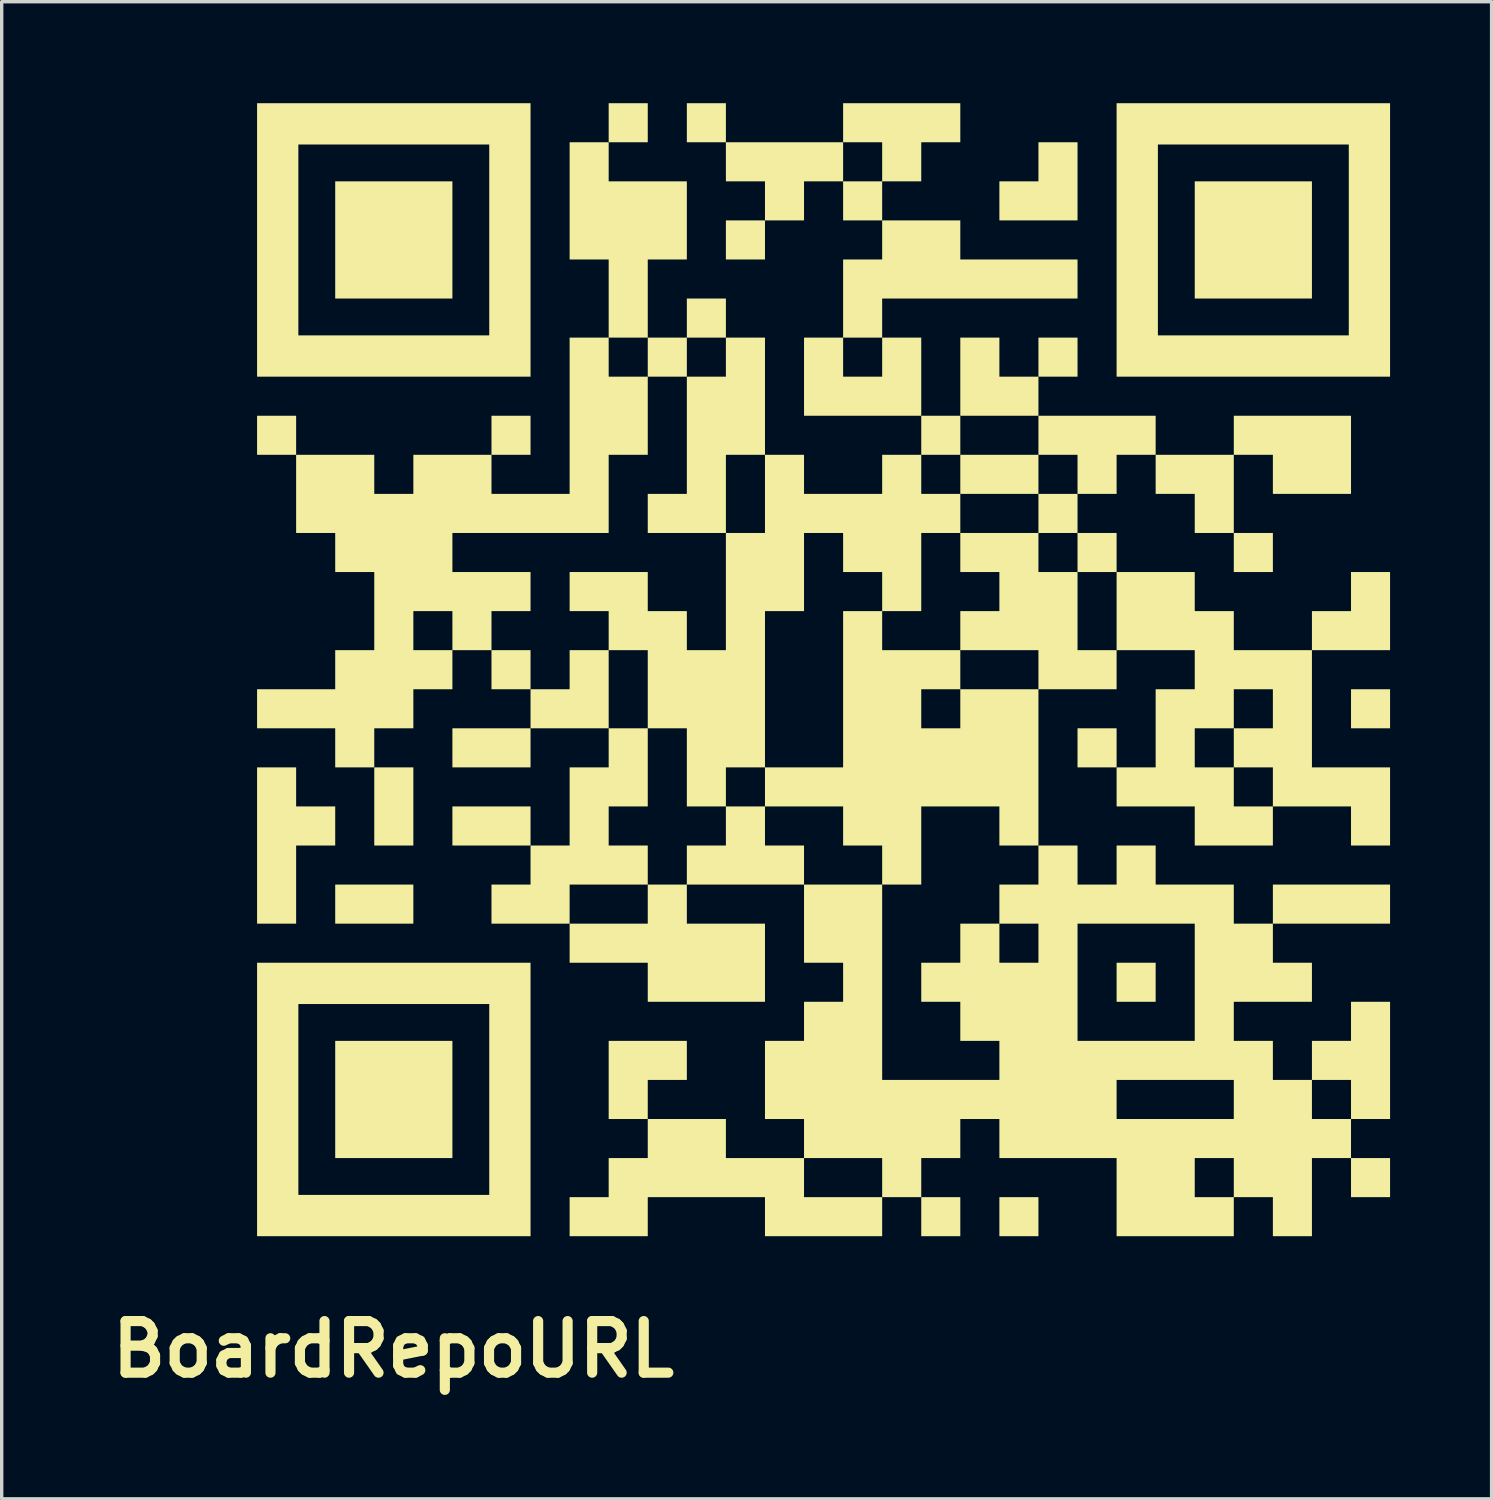
<source format=kicad_pcb>
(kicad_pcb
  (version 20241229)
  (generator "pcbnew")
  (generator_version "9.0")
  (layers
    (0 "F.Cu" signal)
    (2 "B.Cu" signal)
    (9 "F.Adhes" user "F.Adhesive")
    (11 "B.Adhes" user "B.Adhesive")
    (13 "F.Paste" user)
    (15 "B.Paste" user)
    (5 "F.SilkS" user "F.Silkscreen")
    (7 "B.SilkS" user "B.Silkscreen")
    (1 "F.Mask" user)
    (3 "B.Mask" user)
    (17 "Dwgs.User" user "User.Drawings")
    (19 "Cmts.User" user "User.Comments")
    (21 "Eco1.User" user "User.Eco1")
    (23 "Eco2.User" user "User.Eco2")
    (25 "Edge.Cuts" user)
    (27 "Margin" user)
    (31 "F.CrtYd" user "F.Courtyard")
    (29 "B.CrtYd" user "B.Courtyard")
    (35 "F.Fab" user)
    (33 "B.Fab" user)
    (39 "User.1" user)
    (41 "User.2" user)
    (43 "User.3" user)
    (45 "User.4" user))
  (footprint "BoardRepoURL"
    (layer "F.Cu")
    (at 21.271 16.724)
    (property "Reference" "BoardRepoURL" (at -12.7 20.1 0) (layer "F.SilkS") (effects (font (size 1.524 1.524) (thickness 0.3))))
    (attr through_hole)
    (fp_poly (pts (xy -15.57 -6.334) (xy -16.724 -6.334) (xy -16.724 -7.488) (xy -15.57 -7.488)) (stroke (width 0) (type solid)) (fill yes) (layer "F.SilkS"))
    (fp_poly (pts (xy -12.106 5.212) (xy -13.261 5.212) (xy -13.261 2.903) (xy -12.106 2.903)) (stroke (width 0) (type solid)) (fill yes) (layer "F.SilkS"))
    (fp_poly (pts (xy -12.106 7.521) (xy -14.415 7.521) (xy -14.415 6.366) (xy -12.106 6.366)) (stroke (width 0) (type solid)) (fill yes) (layer "F.SilkS"))
    (fp_poly (pts (xy -10.952 -10.952) (xy -14.415 -10.952) (xy -14.415 -14.415) (xy -10.952 -14.415)) (stroke (width 0) (type solid)) (fill yes) (layer "F.SilkS"))
    (fp_poly (pts (xy -10.952 14.448) (xy -14.415 14.448) (xy -14.415 10.985) (xy -10.952 10.985)) (stroke (width 0) (type solid)) (fill yes) (layer "F.SilkS"))
    (fp_poly (pts (xy -8.643 -6.334) (xy -9.797 -6.334) (xy -9.797 -7.488) (xy -8.643 -7.488)) (stroke (width 0) (type solid)) (fill yes) (layer "F.SilkS"))
    (fp_poly (pts (xy -8.643 2.903) (xy -10.952 2.903) (xy -10.952 1.748) (xy -8.643 1.748)) (stroke (width 0) (type solid)) (fill yes) (layer "F.SilkS"))
    (fp_poly (pts (xy -8.643 5.212) (xy -10.952 5.212) (xy -10.952 4.057) (xy -8.643 4.057)) (stroke (width 0) (type solid)) (fill yes) (layer "F.SilkS"))
    (fp_poly (pts (xy -5.179 -15.57) (xy -6.334 -15.57) (xy -6.334 -16.724) (xy -5.179 -16.724)) (stroke (width 0) (type solid)) (fill yes) (layer "F.SilkS"))
    (fp_poly (pts (xy -2.87 -15.57) (xy -4.024 -15.57) (xy -4.024 -16.724) (xy -2.87 -16.724)) (stroke (width 0) (type solid)) (fill yes) (layer "F.SilkS"))
    (fp_poly (pts (xy -1.715 -12.106) (xy -2.87 -12.106) (xy -2.87 -13.261) (xy -1.715 -13.261)) (stroke (width 0) (type solid)) (fill yes) (layer "F.SilkS"))
    (fp_poly (pts (xy 4.057 -6.334) (xy 2.903 -6.334) (xy 2.903 -7.488) (xy 4.057 -7.488)) (stroke (width 0) (type solid)) (fill yes) (layer "F.SilkS"))
    (fp_poly (pts (xy 4.057 16.757) (xy 2.903 16.757) (xy 2.903 15.603) (xy 4.057 15.603)) (stroke (width 0) (type solid)) (fill yes) (layer "F.SilkS"))
    (fp_poly (pts (xy 6.366 -5.179) (xy 4.057 -5.179) (xy 4.057 -6.334) (xy 6.366 -6.334)) (stroke (width 0) (type solid)) (fill yes) (layer "F.SilkS"))
    (fp_poly (pts (xy 6.366 16.757) (xy 5.212 16.757) (xy 5.212 15.603) (xy 6.366 15.603)) (stroke (width 0) (type solid)) (fill yes) (layer "F.SilkS"))
    (fp_poly (pts (xy 7.521 -8.643) (xy 6.366 -8.643) (xy 6.366 -9.797) (xy 7.521 -9.797)) (stroke (width 0) (type solid)) (fill yes) (layer "F.SilkS"))
    (fp_poly (pts (xy 7.521 -4.024) (xy 6.366 -4.024) (xy 6.366 -5.179) (xy 7.521 -5.179)) (stroke (width 0) (type solid)) (fill yes) (layer "F.SilkS"))
    (fp_poly (pts (xy 8.676 -2.87) (xy 7.521 -2.87) (xy 7.521 -4.024) (xy 8.676 -4.024)) (stroke (width 0) (type solid)) (fill yes) (layer "F.SilkS"))
    (fp_poly (pts (xy 8.676 2.903) (xy 7.521 2.903) (xy 7.521 1.748) (xy 8.676 1.748)) (stroke (width 0) (type solid)) (fill yes) (layer "F.SilkS"))
    (fp_poly (pts (xy 9.83 9.83) (xy 8.676 9.83) (xy 8.676 8.676) (xy 9.83 8.676)) (stroke (width 0) (type solid)) (fill yes) (layer "F.SilkS"))
    (fp_poly (pts (xy 13.294 -2.87) (xy 12.139 -2.87) (xy 12.139 -4.024) (xy 13.294 -4.024)) (stroke (width 0) (type solid)) (fill yes) (layer "F.SilkS"))
    (fp_poly (pts (xy 14.448 -10.952) (xy 10.985 -10.952) (xy 10.985 -14.415) (xy 14.448 -14.415)) (stroke (width 0) (type solid)) (fill yes) (layer "F.SilkS"))
    (fp_poly (pts (xy 16.757 1.748) (xy 15.603 1.748) (xy 15.603 0.594) (xy 16.757 0.594)) (stroke (width 0) (type solid)) (fill yes) (layer "F.SilkS"))
    (fp_poly (pts (xy 16.757 7.521) (xy 13.294 7.521) (xy 13.294 6.366) (xy 16.757 6.366)) (stroke (width 0) (type solid)) (fill yes) (layer "F.SilkS"))
    (fp_poly (pts (xy 16.757 15.603) (xy 15.603 15.603) (xy 15.603 14.448) (xy 16.757 14.448)) (stroke (width 0) (type solid)) (fill yes) (layer "F.SilkS"))
    (fp_poly (pts (xy -4.024 12.139) (xy -5.179 12.139) (xy -5.179 13.294) (xy -6.334 13.294) (xy -6.334 10.985) (xy -4.024 10.985)) (stroke (width 0) (type solid)) (fill yes) (layer "F.SilkS"))
    (fp_poly (pts (xy 5.212 -8.643) (xy 6.366 -8.643) (xy 6.366 -7.488) (xy 4.057 -7.488) (xy 4.057 -9.797) (xy 5.212 -9.797)) (stroke (width 0) (type solid)) (fill yes) (layer "F.SilkS"))
    (fp_poly (pts (xy 7.521 -13.261) (xy 5.212 -13.261) (xy 5.212 -14.415) (xy 6.366 -14.415) (xy 6.366 -15.57) (xy 7.521 -15.57)) (stroke (width 0) (type solid)) (fill yes) (layer "F.SilkS"))
    (fp_poly (pts (xy 12.139 -7.488) (xy 15.603 -7.488) (xy 15.603 -5.179) (xy 13.294 -5.179) (xy 13.294 -6.334) (xy 12.139 -6.334)) (stroke (width 0) (type solid)) (fill yes) (layer "F.SilkS"))
    (fp_poly (pts (xy 12.139 -4.024) (xy 10.985 -4.024) (xy 10.985 -5.179) (xy 9.83 -5.179) (xy 9.83 -6.334) (xy 12.139 -6.334)) (stroke (width 0) (type solid)) (fill yes) (layer "F.SilkS"))
    (fp_poly (pts (xy 16.757 -0.561) (xy 14.448 -0.561) (xy 14.448 -1.715) (xy 15.603 -1.715) (xy 15.603 -2.87) (xy 16.757 -2.87)) (stroke (width 0) (type solid)) (fill yes) (layer "F.SilkS"))
    (fp_poly (pts (xy -15.57 4.057) (xy -14.415 4.057) (xy -14.415 5.212) (xy -15.57 5.212) (xy -15.57 7.521) (xy -16.724 7.521) (xy -16.724 2.903) (xy -15.57 2.903)) (stroke (width 0) (type solid)) (fill yes) (layer "F.SilkS"))
    (fp_poly (pts (xy 9.83 -6.334) (xy 8.676 -6.334) (xy 8.676 -5.179) (xy 7.521 -5.179) (xy 7.521 -6.334) (xy 6.366 -6.334) (xy 6.366 -7.488) (xy 9.83 -7.488)) (stroke (width 0) (type solid)) (fill yes) (layer "F.SilkS"))
    (fp_poly (pts (xy -8.643 -8.643) (xy -16.724 -8.643) (xy -16.724 -15.504) (xy -15.504 -15.504) (xy -15.504 -9.863) (xy -9.863 -9.863) (xy -9.863 -15.504) (xy -15.504 -15.504) (xy -16.724 -15.504) (xy -16.724 -16.724) (xy -8.643 -16.724)) (stroke (width 0) (type solid)) (fill yes) (layer "F.SilkS"))
    (fp_poly (pts (xy -8.643 16.757) (xy -16.724 16.757) (xy -16.724 9.896) (xy -15.504 9.896) (xy -15.504 15.537) (xy -9.863 15.537) (xy -9.863 9.896) (xy -15.504 9.896) (xy -16.724 9.896) (xy -16.724 8.676) (xy -8.643 8.676)) (stroke (width 0) (type solid)) (fill yes) (layer "F.SilkS"))
    (fp_poly (pts (xy 16.757 -8.643) (xy 8.676 -8.643) (xy 8.676 -15.504) (xy 9.896 -15.504) (xy 9.896 -9.863) (xy 15.537 -9.863) (xy 15.537 -15.504) (xy 9.896 -15.504) (xy 8.676 -15.504) (xy 8.676 -16.724) (xy 16.757 -16.724)) (stroke (width 0) (type solid)) (fill yes) (layer "F.SilkS"))
    (fp_poly (pts (xy 2.903 -9.797) (xy 2.903 -7.488) (xy -0.561 -7.488) (xy -0.561 -9.797) (xy 0.594 -9.797) (xy 0.594 -8.643) (xy 1.748 -8.643) (xy 1.748 -9.797) (xy 0.594 -9.797) (xy 0.594 -12.106) (xy 1.748 -12.106) (xy 1.748 -13.261) (xy 4.057 -13.261) (xy 4.057 -12.106) (xy 7.521 -12.106) (xy 7.521 -10.952) (xy 1.748 -10.952) (xy 1.748 -9.797)) (stroke (width 0) (type solid)) (fill yes) (layer "F.SilkS"))
    (fp_poly (pts (xy 4.057 -15.57) (xy 2.903 -15.57) (xy 2.903 -14.415) (xy 1.748 -14.415) (xy 1.748 -13.261) (xy 0.594 -13.261) (xy 0.594 -14.415) (xy -0.561 -14.415) (xy -0.561 -13.261) (xy -1.715 -13.261) (xy -1.715 -14.415) (xy -2.87 -14.415) (xy -2.87 -15.57) (xy 0.594 -15.57) (xy 0.594 -14.415) (xy 1.748 -14.415) (xy 1.748 -15.57) (xy 0.594 -15.57) (xy 0.594 -16.724) (xy 4.057 -16.724)) (stroke (width 0) (type solid)) (fill yes) (layer "F.SilkS"))
    (fp_poly (pts (xy 10.985 -1.715) (xy 12.139 -1.715) (xy 12.139 -0.561) (xy 14.448 -0.561) (xy 14.448 2.903) (xy 16.757 2.903) (xy 16.757 5.212) (xy 15.603 5.212) (xy 15.603 4.057) (xy 13.294 4.057) (xy 13.294 5.212) (xy 10.985 5.212) (xy 10.985 4.057) (xy 8.676 4.057) (xy 8.676 2.903) (xy 9.83 2.903) (xy 9.83 1.748) (xy 10.985 1.748) (xy 10.985 2.903) (xy 12.139 2.903) (xy 12.139 4.057) (xy 13.294 4.057) (xy 13.294 2.903) (xy 12.139 2.903) (xy 12.139 1.748) (xy 10.985 1.748) (xy 9.83 1.748) (xy 9.83 0.594) (xy 10.985 0.594) (xy 12.139 0.594) (xy 12.139 1.748) (xy 13.294 1.748) (xy 13.294 0.594) (xy 12.139 0.594) (xy 10.985 0.594) (xy 10.985 -0.561) (xy 8.676 -0.561) (xy 8.676 -2.87) (xy 10.985 -2.87)) (stroke (width 0) (type solid)) (fill yes) (layer "F.SilkS"))
    (fp_poly (pts (xy -0.561 -6.334) (xy -0.561 -5.179) (xy 1.748 -5.179) (xy 1.748 -6.334) (xy 2.903 -6.334) (xy 2.903 -5.179) (xy 4.057 -5.179) (xy 4.057 -4.024) (xy 6.366 -4.024) (xy 6.366 -2.87) (xy 7.521 -2.87) (xy 7.521 -0.561) (xy 8.676 -0.561) (xy 8.676 0.594) (xy 6.366 0.594) (xy 6.366 5.212) (xy 7.521 5.212) (xy 7.521 6.366) (xy 8.676 6.366) (xy 8.676 5.212) (xy 9.83 5.212) (xy 9.83 6.366) (xy 12.139 6.366) (xy 12.139 7.521) (xy 13.294 7.521) (xy 13.294 8.676) (xy 14.448 8.676) (xy 14.448 9.83) (xy 12.139 9.83) (xy 12.139 10.985) (xy 13.294 10.985) (xy 13.294 12.139) (xy 14.448 12.139) (xy 14.448 13.294) (xy 15.603 13.294) (xy 15.603 12.139) (xy 14.448 12.139) (xy 14.448 10.985) (xy 15.603 10.985) (xy 15.603 9.83) (xy 16.757 9.83) (xy 16.757 13.294) (xy 15.603 13.294) (xy 15.603 14.448) (xy 14.448 14.448) (xy 14.448 16.757) (xy 13.294 16.757) (xy 13.294 15.603) (xy 12.139 15.603) (xy 12.139 16.757) (xy 8.676 16.757) (xy 8.676 14.448) (xy 10.985 14.448) (xy 10.985 15.603) (xy 12.139 15.603) (xy 12.139 14.448) (xy 10.985 14.448) (xy 8.676 14.448) (xy 5.212 14.448) (xy 5.212 13.294) (xy 4.057 13.294) (xy 4.057 14.448) (xy 2.903 14.448) (xy 2.903 15.603) (xy 1.748 15.603) (xy 1.748 16.757) (xy -1.715 16.757) (xy -1.715 15.603) (xy -5.179 15.603) (xy -5.179 16.757) (xy -7.488 16.757) (xy -7.488 15.603) (xy -6.334 15.603) (xy -6.334 14.448) (xy -5.179 14.448) (xy -5.179 13.294) (xy -2.87 13.294) (xy -2.87 14.448) (xy -0.561 14.448) (xy -0.561 15.603) (xy 1.748 15.603) (xy 1.748 14.448) (xy -0.561 14.448) (xy -0.561 13.294) (xy -1.715 13.294) (xy -1.715 10.985) (xy -0.561 10.985) (xy -0.561 9.83) (xy 0.594 9.83) (xy 0.594 8.676) (xy -0.561 8.676) (xy -0.561 6.366) (xy -4.024 6.366) (xy -4.024 7.521) (xy -1.715 7.521) (xy -1.715 9.83) (xy -5.179 9.83) (xy -5.179 8.676) (xy -7.488 8.676) (xy -7.488 7.521) (xy -9.797 7.521) (xy -9.797 6.366) (xy -8.643 6.366) (xy -7.488 6.366) (xy -7.488 7.521) (xy -5.179 7.521) (xy -5.179 6.366) (xy -7.488 6.366) (xy -8.643 6.366) (xy -8.643 5.212) (xy -7.488 5.212) (xy -7.488 4.057) (xy -6.334 4.057) (xy -6.334 5.212) (xy -5.179 5.212) (xy -5.179 6.366) (xy -4.024 6.366) (xy -4.024 5.212) (xy -2.87 5.212) (xy -2.87 4.057) (xy -4.024 4.057) (xy -4.024 2.903) (xy -2.87 2.903) (xy -2.87 4.057) (xy -1.715 4.057) (xy -1.715 5.212) (xy -0.561 5.212) (xy -0.561 6.366) (xy 1.748 6.366) (xy 1.748 12.139) (xy 5.212 12.139) (xy 8.676 12.139) (xy 8.676 13.294) (xy 12.139 13.294) (xy 12.139 12.139) (xy 8.676 12.139) (xy 5.212 12.139) (xy 5.212 10.985) (xy 4.057 10.985) (xy 4.057 9.83) (xy 2.903 9.83) (xy 2.903 8.676) (xy 4.057 8.676) (xy 4.057 7.521) (xy 5.212 7.521) (xy 5.212 8.676) (xy 6.366 8.676) (xy 6.366 7.521) (xy 7.521 7.521) (xy 7.521 10.985) (xy 10.985 10.985) (xy 10.985 7.521) (xy 7.521 7.521) (xy 6.366 7.521) (xy 5.212 7.521) (xy 5.212 6.366) (xy 6.366 6.366) (xy 6.366 5.212) (xy 5.212 5.212) (xy 5.212 4.057) (xy 2.903 4.057) (xy 2.903 6.366) (xy 1.748 6.366) (xy 1.748 5.212) (xy 0.594 5.212) (xy 0.594 4.057) (xy -1.715 4.057) (xy -1.715 2.903) (xy -2.87 2.903) (xy -4.024 2.903) (xy -4.024 1.748) (xy -5.179 1.748) (xy -5.179 4.057) (xy -6.334 4.057) (xy -7.488 4.057) (xy -7.488 2.903) (xy -6.334 2.903) (xy -6.334 1.748) (xy -8.643 1.748) (xy -8.643 0.594) (xy -9.797 0.594) (xy -9.797 -0.561) (xy -10.952 -0.561) (xy -10.952 0.594) (xy -12.106 0.594) (xy -12.106 1.748) (xy -13.261 1.748) (xy -13.261 2.903) (xy -14.415 2.903) (xy -14.415 1.748) (xy -16.724 1.748) (xy -16.724 0.594) (xy -14.415 0.594) (xy -14.415 -0.561) (xy -13.261 -0.561) (xy -13.261 -1.715) (xy -12.106 -1.715) (xy -12.106 -0.561) (xy -10.952 -0.561) (xy -10.952 -1.715) (xy -12.106 -1.715) (xy -13.261 -1.715) (xy -13.261 -2.87) (xy -14.415 -2.87) (xy -14.415 -4.024) (xy -10.952 -4.024) (xy -10.952 -2.87) (xy -8.643 -2.87) (xy -8.643 -1.715) (xy -9.797 -1.715) (xy -9.797 -0.561) (xy -8.643 -0.561) (xy -8.643 0.594) (xy -7.488 0.594) (xy -7.488 -0.561) (xy -6.334 -0.561) (xy -6.334 1.748) (xy -5.179 1.748) (xy -5.179 -0.561) (xy -6.334 -0.561) (xy -6.334 -1.715) (xy -7.488 -1.715) (xy -7.488 -2.87) (xy -5.179 -2.87) (xy -5.179 -1.715) (xy -4.024 -1.715) (xy -4.024 -0.561) (xy -2.87 -0.561) (xy -2.87 -1.715) (xy -1.715 -1.715) (xy -1.715 2.903) (xy 0.594 2.903) (xy 0.594 0.594) (xy 2.903 0.594) (xy 2.903 1.748) (xy 4.057 1.748) (xy 4.057 0.594) (xy 2.903 0.594) (xy 0.594 0.594) (xy 0.594 -1.715) (xy 1.748 -1.715) (xy 1.748 -0.561) (xy 4.057 -0.561) (xy 4.057 0.594) (xy 6.366 0.594) (xy 6.366 -0.561) (xy 4.057 -0.561) (xy 4.057 -1.715) (xy 5.212 -1.715) (xy 5.212 -2.87) (xy 4.057 -2.87) (xy 4.057 -4.024) (xy 2.903 -4.024) (xy 2.903 -1.715) (xy 1.748 -1.715) (xy 1.748 -2.87) (xy 0.594 -2.87) (xy 0.594 -4.024) (xy -0.561 -4.024) (xy -0.561 -1.715) (xy -1.715 -1.715) (xy -2.87 -1.715) (xy -2.87 -4.024) (xy -5.179 -4.024) (xy -5.179 -5.179) (xy -4.024 -5.179) (xy -4.024 -6.334) (xy -2.87 -6.334) (xy -2.87 -4.024) (xy -1.715 -4.024) (xy -1.715 -6.334) (xy -2.87 -6.334) (xy -4.024 -6.334) (xy -4.024 -8.643) (xy -5.179 -8.643) (xy -5.179 -6.334) (xy -6.334 -6.334) (xy -6.334 -4.024) (xy -10.952 -4.024) (xy -14.415 -4.024) (xy -15.57 -4.024) (xy -15.57 -6.334) (xy -13.261 -6.334) (xy -13.261 -5.179) (xy -12.106 -5.179) (xy -12.106 -6.334) (xy -9.797 -6.334) (xy -9.797 -5.179) (xy -7.488 -5.179) (xy -7.488 -9.797) (xy -6.334 -9.797) (xy -6.334 -8.643) (xy -5.179 -8.643) (xy -5.179 -9.797) (xy -6.334 -9.797) (xy -6.334 -12.106) (xy -7.488 -12.106) (xy -7.488 -15.57) (xy -6.334 -15.57) (xy -6.334 -14.415) (xy -4.024 -14.415) (xy -4.024 -12.106) (xy -5.179 -12.106) (xy -5.179 -9.797) (xy -4.024 -9.797) (xy -4.024 -8.643) (xy -2.87 -8.643) (xy -2.87 -9.797) (xy -4.024 -9.797) (xy -4.024 -10.952) (xy -2.87 -10.952) (xy -2.87 -9.797) (xy -1.715 -9.797) (xy -1.715 -6.334)) (stroke (width 0) (type solid)) (fill yes) (layer "F.SilkS")))
  (gr_rect
    (start -3 -3)
    (end 41.028 41.242)
    (stroke (width 0.1) (type default))
    (fill no)
    (layer "Edge.Cuts")))
</source>
